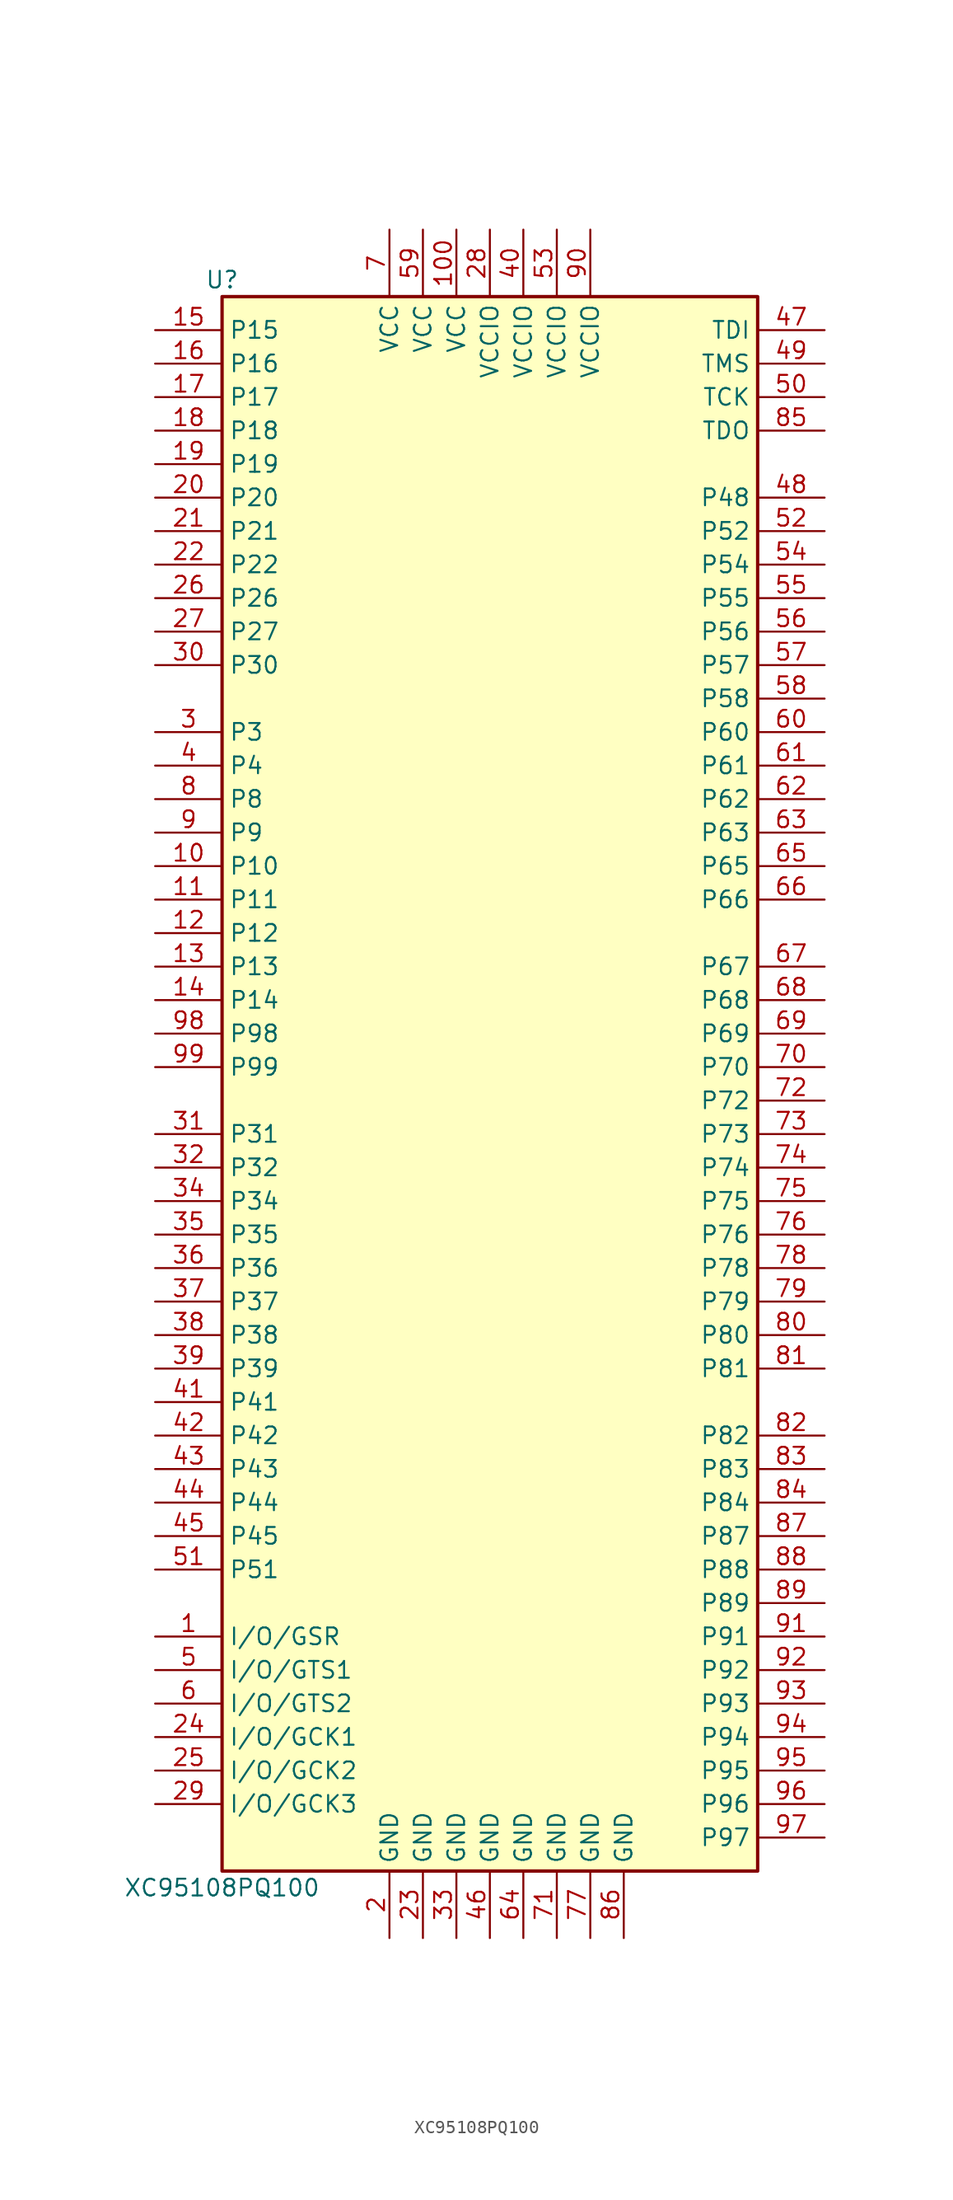
<source format=kicad_sym>
(kicad_symbol_lib
  (version 20201005)
  (generator kicad_symbol_editor)
  (symbol "CPLD_Xilinx:XC95108PQ100"
    (property "Reference" "U"
      (at -20.32 59.69 0)
      (effects (font (size 1.27 1.27))))
    (property "Value" "XC95108PQ100"
      (at -20.32 -62.23 0)
      (effects (font (size 1.27 1.27))))
    (symbol "XC95108PQ100_1_1"
      (rectangle (start -20.32 58.42) (end 20.32 -60.96) (stroke (width 0.254)) (fill (type background)))
      (pin bidirectional line (at -25.4 -43.18 0) (length 5.08) (name "I/O/GSR" (effects (font (size 1.27 1.27)))) (number "1" (effects (font (size 1.27 1.27)))))
      (pin power_in line (at -7.62 -66.04 90) (length 5.08) (name "GND" (effects (font (size 1.27 1.27)))) (number "2" (effects (font (size 1.27 1.27)))))
      (pin bidirectional line (at -25.4 25.4 0) (length 5.08) (name "P3" (effects (font (size 1.27 1.27)))) (number "3" (effects (font (size 1.27 1.27)))))
      (pin bidirectional line (at -25.4 22.86 0) (length 5.08) (name "P4" (effects (font (size 1.27 1.27)))) (number "4" (effects (font (size 1.27 1.27)))))
      (pin bidirectional line (at -25.4 -45.72 0) (length 5.08) (name "I/O/GTS1" (effects (font (size 1.27 1.27)))) (number "5" (effects (font (size 1.27 1.27)))))
      (pin bidirectional line (at -25.4 -48.26 0) (length 5.08) (name "I/O/GTS2" (effects (font (size 1.27 1.27)))) (number "6" (effects (font (size 1.27 1.27)))))
      (pin power_in line (at -7.62 63.5 270) (length 5.08) (name "VCC" (effects (font (size 1.27 1.27)))) (number "7" (effects (font (size 1.27 1.27)))))
      (pin bidirectional line (at -25.4 20.32 0) (length 5.08) (name "P8" (effects (font (size 1.27 1.27)))) (number "8" (effects (font (size 1.27 1.27)))))
      (pin bidirectional line (at -25.4 17.78 0) (length 5.08) (name "P9" (effects (font (size 1.27 1.27)))) (number "9" (effects (font (size 1.27 1.27)))))
      (pin bidirectional line (at -25.4 15.24 0) (length 5.08) (name "P10" (effects (font (size 1.27 1.27)))) (number "10" (effects (font (size 1.27 1.27)))))
      (pin bidirectional line (at -25.4 43.18 0) (length 5.08) (name "P20" (effects (font (size 1.27 1.27)))) (number "20" (effects (font (size 1.27 1.27)))))
      (pin bidirectional line (at -25.4 30.48 0) (length 5.08) (name "P30" (effects (font (size 1.27 1.27)))) (number "30" (effects (font (size 1.27 1.27)))))
      (pin power_in line (at 2.54 63.5 270) (length 5.08) (name "VCCIO" (effects (font (size 1.27 1.27)))) (number "40" (effects (font (size 1.27 1.27)))))
      (pin input line (at 25.4 50.8 180) (length 5.08) (name "TCK" (effects (font (size 1.27 1.27)))) (number "50" (effects (font (size 1.27 1.27)))))
      (pin bidirectional line (at 25.4 25.4 180) (length 5.08) (name "P60" (effects (font (size 1.27 1.27)))) (number "60" (effects (font (size 1.27 1.27)))))
      (pin bidirectional line (at 25.4 0 180) (length 5.08) (name "P70" (effects (font (size 1.27 1.27)))) (number "70" (effects (font (size 1.27 1.27)))))
      (pin bidirectional line (at 25.4 -20.32 180) (length 5.08) (name "P80" (effects (font (size 1.27 1.27)))) (number "80" (effects (font (size 1.27 1.27)))))
      (pin power_in line (at 7.62 63.5 270) (length 5.08) (name "VCCIO" (effects (font (size 1.27 1.27)))) (number "90" (effects (font (size 1.27 1.27)))))
      (pin bidirectional line (at -25.4 12.7 0) (length 5.08) (name "P11" (effects (font (size 1.27 1.27)))) (number "11" (effects (font (size 1.27 1.27)))))
      (pin bidirectional line (at -25.4 40.64 0) (length 5.08) (name "P21" (effects (font (size 1.27 1.27)))) (number "21" (effects (font (size 1.27 1.27)))))
      (pin bidirectional line (at -25.4 -5.08 0) (length 5.08) (name "P31" (effects (font (size 1.27 1.27)))) (number "31" (effects (font (size 1.27 1.27)))))
      (pin bidirectional line (at -25.4 -25.4 0) (length 5.08) (name "P41" (effects (font (size 1.27 1.27)))) (number "41" (effects (font (size 1.27 1.27)))))
      (pin bidirectional line (at -25.4 -38.1 0) (length 5.08) (name "P51" (effects (font (size 1.27 1.27)))) (number "51" (effects (font (size 1.27 1.27)))))
      (pin bidirectional line (at 25.4 22.86 180) (length 5.08) (name "P61" (effects (font (size 1.27 1.27)))) (number "61" (effects (font (size 1.27 1.27)))))
      (pin power_in line (at 5.08 -66.04 90) (length 5.08) (name "GND" (effects (font (size 1.27 1.27)))) (number "71" (effects (font (size 1.27 1.27)))))
      (pin bidirectional line (at 25.4 -22.86 180) (length 5.08) (name "P81" (effects (font (size 1.27 1.27)))) (number "81" (effects (font (size 1.27 1.27)))))
      (pin bidirectional line (at 25.4 -43.18 180) (length 5.08) (name "P91" (effects (font (size 1.27 1.27)))) (number "91" (effects (font (size 1.27 1.27)))))
      (pin bidirectional line (at -25.4 10.16 0) (length 5.08) (name "P12" (effects (font (size 1.27 1.27)))) (number "12" (effects (font (size 1.27 1.27)))))
      (pin bidirectional line (at -25.4 38.1 0) (length 5.08) (name "P22" (effects (font (size 1.27 1.27)))) (number "22" (effects (font (size 1.27 1.27)))))
      (pin bidirectional line (at -25.4 -7.62 0) (length 5.08) (name "P32" (effects (font (size 1.27 1.27)))) (number "32" (effects (font (size 1.27 1.27)))))
      (pin bidirectional line (at -25.4 -27.94 0) (length 5.08) (name "P42" (effects (font (size 1.27 1.27)))) (number "42" (effects (font (size 1.27 1.27)))))
      (pin bidirectional line (at 25.4 40.64 180) (length 5.08) (name "P52" (effects (font (size 1.27 1.27)))) (number "52" (effects (font (size 1.27 1.27)))))
      (pin bidirectional line (at 25.4 20.32 180) (length 5.08) (name "P62" (effects (font (size 1.27 1.27)))) (number "62" (effects (font (size 1.27 1.27)))))
      (pin bidirectional line (at 25.4 -2.54 180) (length 5.08) (name "P72" (effects (font (size 1.27 1.27)))) (number "72" (effects (font (size 1.27 1.27)))))
      (pin bidirectional line (at 25.4 -27.94 180) (length 5.08) (name "P82" (effects (font (size 1.27 1.27)))) (number "82" (effects (font (size 1.27 1.27)))))
      (pin bidirectional line (at 25.4 -45.72 180) (length 5.08) (name "P92" (effects (font (size 1.27 1.27)))) (number "92" (effects (font (size 1.27 1.27)))))
      (pin bidirectional line (at -25.4 7.62 0) (length 5.08) (name "P13" (effects (font (size 1.27 1.27)))) (number "13" (effects (font (size 1.27 1.27)))))
      (pin power_in line (at -5.08 -66.04 90) (length 5.08) (name "GND" (effects (font (size 1.27 1.27)))) (number "23" (effects (font (size 1.27 1.27)))))
      (pin power_in line (at -2.54 -66.04 90) (length 5.08) (name "GND" (effects (font (size 1.27 1.27)))) (number "33" (effects (font (size 1.27 1.27)))))
      (pin bidirectional line (at -25.4 -30.48 0) (length 5.08) (name "P43" (effects (font (size 1.27 1.27)))) (number "43" (effects (font (size 1.27 1.27)))))
      (pin power_in line (at 5.08 63.5 270) (length 5.08) (name "VCCIO" (effects (font (size 1.27 1.27)))) (number "53" (effects (font (size 1.27 1.27)))))
      (pin bidirectional line (at 25.4 17.78 180) (length 5.08) (name "P63" (effects (font (size 1.27 1.27)))) (number "63" (effects (font (size 1.27 1.27)))))
      (pin bidirectional line (at 25.4 -5.08 180) (length 5.08) (name "P73" (effects (font (size 1.27 1.27)))) (number "73" (effects (font (size 1.27 1.27)))))
      (pin bidirectional line (at 25.4 -30.48 180) (length 5.08) (name "P83" (effects (font (size 1.27 1.27)))) (number "83" (effects (font (size 1.27 1.27)))))
      (pin bidirectional line (at 25.4 -48.26 180) (length 5.08) (name "P93" (effects (font (size 1.27 1.27)))) (number "93" (effects (font (size 1.27 1.27)))))
      (pin bidirectional line (at -25.4 5.08 0) (length 5.08) (name "P14" (effects (font (size 1.27 1.27)))) (number "14" (effects (font (size 1.27 1.27)))))
      (pin bidirectional line (at -25.4 -50.8 0) (length 5.08) (name "I/O/GCK1" (effects (font (size 1.27 1.27)))) (number "24" (effects (font (size 1.27 1.27)))))
      (pin bidirectional line (at -25.4 -10.16 0) (length 5.08) (name "P34" (effects (font (size 1.27 1.27)))) (number "34" (effects (font (size 1.27 1.27)))))
      (pin bidirectional line (at -25.4 -33.02 0) (length 5.08) (name "P44" (effects (font (size 1.27 1.27)))) (number "44" (effects (font (size 1.27 1.27)))))
      (pin bidirectional line (at 25.4 38.1 180) (length 5.08) (name "P54" (effects (font (size 1.27 1.27)))) (number "54" (effects (font (size 1.27 1.27)))))
      (pin power_in line (at 2.54 -66.04 90) (length 5.08) (name "GND" (effects (font (size 1.27 1.27)))) (number "64" (effects (font (size 1.27 1.27)))))
      (pin bidirectional line (at 25.4 -7.62 180) (length 5.08) (name "P74" (effects (font (size 1.27 1.27)))) (number "74" (effects (font (size 1.27 1.27)))))
      (pin bidirectional line (at 25.4 -33.02 180) (length 5.08) (name "P84" (effects (font (size 1.27 1.27)))) (number "84" (effects (font (size 1.27 1.27)))))
      (pin bidirectional line (at 25.4 -50.8 180) (length 5.08) (name "P94" (effects (font (size 1.27 1.27)))) (number "94" (effects (font (size 1.27 1.27)))))
      (pin bidirectional line (at -25.4 55.88 0) (length 5.08) (name "P15" (effects (font (size 1.27 1.27)))) (number "15" (effects (font (size 1.27 1.27)))))
      (pin bidirectional line (at -25.4 -53.34 0) (length 5.08) (name "I/O/GCK2" (effects (font (size 1.27 1.27)))) (number "25" (effects (font (size 1.27 1.27)))))
      (pin bidirectional line (at -25.4 -12.7 0) (length 5.08) (name "P35" (effects (font (size 1.27 1.27)))) (number "35" (effects (font (size 1.27 1.27)))))
      (pin bidirectional line (at -25.4 -35.56 0) (length 5.08) (name "P45" (effects (font (size 1.27 1.27)))) (number "45" (effects (font (size 1.27 1.27)))))
      (pin bidirectional line (at 25.4 35.56 180) (length 5.08) (name "P55" (effects (font (size 1.27 1.27)))) (number "55" (effects (font (size 1.27 1.27)))))
      (pin bidirectional line (at 25.4 15.24 180) (length 5.08) (name "P65" (effects (font (size 1.27 1.27)))) (number "65" (effects (font (size 1.27 1.27)))))
      (pin bidirectional line (at 25.4 -10.16 180) (length 5.08) (name "P75" (effects (font (size 1.27 1.27)))) (number "75" (effects (font (size 1.27 1.27)))))
      (pin output line (at 25.4 48.26 180) (length 5.08) (name "TDO" (effects (font (size 1.27 1.27)))) (number "85" (effects (font (size 1.27 1.27)))))
      (pin bidirectional line (at 25.4 -53.34 180) (length 5.08) (name "P95" (effects (font (size 1.27 1.27)))) (number "95" (effects (font (size 1.27 1.27)))))
      (pin bidirectional line (at -25.4 53.34 0) (length 5.08) (name "P16" (effects (font (size 1.27 1.27)))) (number "16" (effects (font (size 1.27 1.27)))))
      (pin bidirectional line (at -25.4 35.56 0) (length 5.08) (name "P26" (effects (font (size 1.27 1.27)))) (number "26" (effects (font (size 1.27 1.27)))))
      (pin bidirectional line (at -25.4 -15.24 0) (length 5.08) (name "P36" (effects (font (size 1.27 1.27)))) (number "36" (effects (font (size 1.27 1.27)))))
      (pin power_in line (at 0 -66.04 90) (length 5.08) (name "GND" (effects (font (size 1.27 1.27)))) (number "46" (effects (font (size 1.27 1.27)))))
      (pin bidirectional line (at 25.4 33.02 180) (length 5.08) (name "P56" (effects (font (size 1.27 1.27)))) (number "56" (effects (font (size 1.27 1.27)))))
      (pin bidirectional line (at 25.4 12.7 180) (length 5.08) (name "P66" (effects (font (size 1.27 1.27)))) (number "66" (effects (font (size 1.27 1.27)))))
      (pin bidirectional line (at 25.4 -12.7 180) (length 5.08) (name "P76" (effects (font (size 1.27 1.27)))) (number "76" (effects (font (size 1.27 1.27)))))
      (pin power_in line (at 10.16 -66.04 90) (length 5.08) (name "GND" (effects (font (size 1.27 1.27)))) (number "86" (effects (font (size 1.27 1.27)))))
      (pin bidirectional line (at 25.4 -55.88 180) (length 5.08) (name "P96" (effects (font (size 1.27 1.27)))) (number "96" (effects (font (size 1.27 1.27)))))
      (pin bidirectional line (at -25.4 50.8 0) (length 5.08) (name "P17" (effects (font (size 1.27 1.27)))) (number "17" (effects (font (size 1.27 1.27)))))
      (pin bidirectional line (at -25.4 33.02 0) (length 5.08) (name "P27" (effects (font (size 1.27 1.27)))) (number "27" (effects (font (size 1.27 1.27)))))
      (pin bidirectional line (at -25.4 -17.78 0) (length 5.08) (name "P37" (effects (font (size 1.27 1.27)))) (number "37" (effects (font (size 1.27 1.27)))))
      (pin input line (at 25.4 55.88 180) (length 5.08) (name "TDI" (effects (font (size 1.27 1.27)))) (number "47" (effects (font (size 1.27 1.27)))))
      (pin bidirectional line (at 25.4 30.48 180) (length 5.08) (name "P57" (effects (font (size 1.27 1.27)))) (number "57" (effects (font (size 1.27 1.27)))))
      (pin bidirectional line (at 25.4 7.62 180) (length 5.08) (name "P67" (effects (font (size 1.27 1.27)))) (number "67" (effects (font (size 1.27 1.27)))))
      (pin power_in line (at 7.62 -66.04 90) (length 5.08) (name "GND" (effects (font (size 1.27 1.27)))) (number "77" (effects (font (size 1.27 1.27)))))
      (pin bidirectional line (at 25.4 -35.56 180) (length 5.08) (name "P87" (effects (font (size 1.27 1.27)))) (number "87" (effects (font (size 1.27 1.27)))))
      (pin bidirectional line (at 25.4 -58.42 180) (length 5.08) (name "P97" (effects (font (size 1.27 1.27)))) (number "97" (effects (font (size 1.27 1.27)))))
      (pin bidirectional line (at -25.4 48.26 0) (length 5.08) (name "P18" (effects (font (size 1.27 1.27)))) (number "18" (effects (font (size 1.27 1.27)))))
      (pin power_in line (at 0 63.5 270) (length 5.08) (name "VCCIO" (effects (font (size 1.27 1.27)))) (number "28" (effects (font (size 1.27 1.27)))))
      (pin bidirectional line (at -25.4 -20.32 0) (length 5.08) (name "P38" (effects (font (size 1.27 1.27)))) (number "38" (effects (font (size 1.27 1.27)))))
      (pin bidirectional line (at 25.4 43.18 180) (length 5.08) (name "P48" (effects (font (size 1.27 1.27)))) (number "48" (effects (font (size 1.27 1.27)))))
      (pin bidirectional line (at 25.4 27.94 180) (length 5.08) (name "P58" (effects (font (size 1.27 1.27)))) (number "58" (effects (font (size 1.27 1.27)))))
      (pin bidirectional line (at 25.4 5.08 180) (length 5.08) (name "P68" (effects (font (size 1.27 1.27)))) (number "68" (effects (font (size 1.27 1.27)))))
      (pin bidirectional line (at 25.4 -15.24 180) (length 5.08) (name "P78" (effects (font (size 1.27 1.27)))) (number "78" (effects (font (size 1.27 1.27)))))
      (pin bidirectional line (at 25.4 -38.1 180) (length 5.08) (name "P88" (effects (font (size 1.27 1.27)))) (number "88" (effects (font (size 1.27 1.27)))))
      (pin bidirectional line (at -25.4 2.54 0) (length 5.08) (name "P98" (effects (font (size 1.27 1.27)))) (number "98" (effects (font (size 1.27 1.27)))))
      (pin bidirectional line (at -25.4 45.72 0) (length 5.08) (name "P19" (effects (font (size 1.27 1.27)))) (number "19" (effects (font (size 1.27 1.27)))))
      (pin bidirectional line (at -25.4 -55.88 0) (length 5.08) (name "I/O/GCK3" (effects (font (size 1.27 1.27)))) (number "29" (effects (font (size 1.27 1.27)))))
      (pin bidirectional line (at -25.4 -22.86 0) (length 5.08) (name "P39" (effects (font (size 1.27 1.27)))) (number "39" (effects (font (size 1.27 1.27)))))
      (pin input line (at 25.4 53.34 180) (length 5.08) (name "TMS" (effects (font (size 1.27 1.27)))) (number "49" (effects (font (size 1.27 1.27)))))
      (pin power_in line (at -5.08 63.5 270) (length 5.08) (name "VCC" (effects (font (size 1.27 1.27)))) (number "59" (effects (font (size 1.27 1.27)))))
      (pin bidirectional line (at 25.4 2.54 180) (length 5.08) (name "P69" (effects (font (size 1.27 1.27)))) (number "69" (effects (font (size 1.27 1.27)))))
      (pin bidirectional line (at 25.4 -17.78 180) (length 5.08) (name "P79" (effects (font (size 1.27 1.27)))) (number "79" (effects (font (size 1.27 1.27)))))
      (pin bidirectional line (at 25.4 -40.64 180) (length 5.08) (name "P89" (effects (font (size 1.27 1.27)))) (number "89" (effects (font (size 1.27 1.27)))))
      (pin bidirectional line (at -25.4 0 0) (length 5.08) (name "P99" (effects (font (size 1.27 1.27)))) (number "99" (effects (font (size 1.27 1.27)))))
      (pin power_in line (at -2.54 63.5 270) (length 5.08) (name "VCC" (effects (font (size 1.27 1.27)))) (number "100" (effects (font (size 1.27 1.27))))))))
</source>
